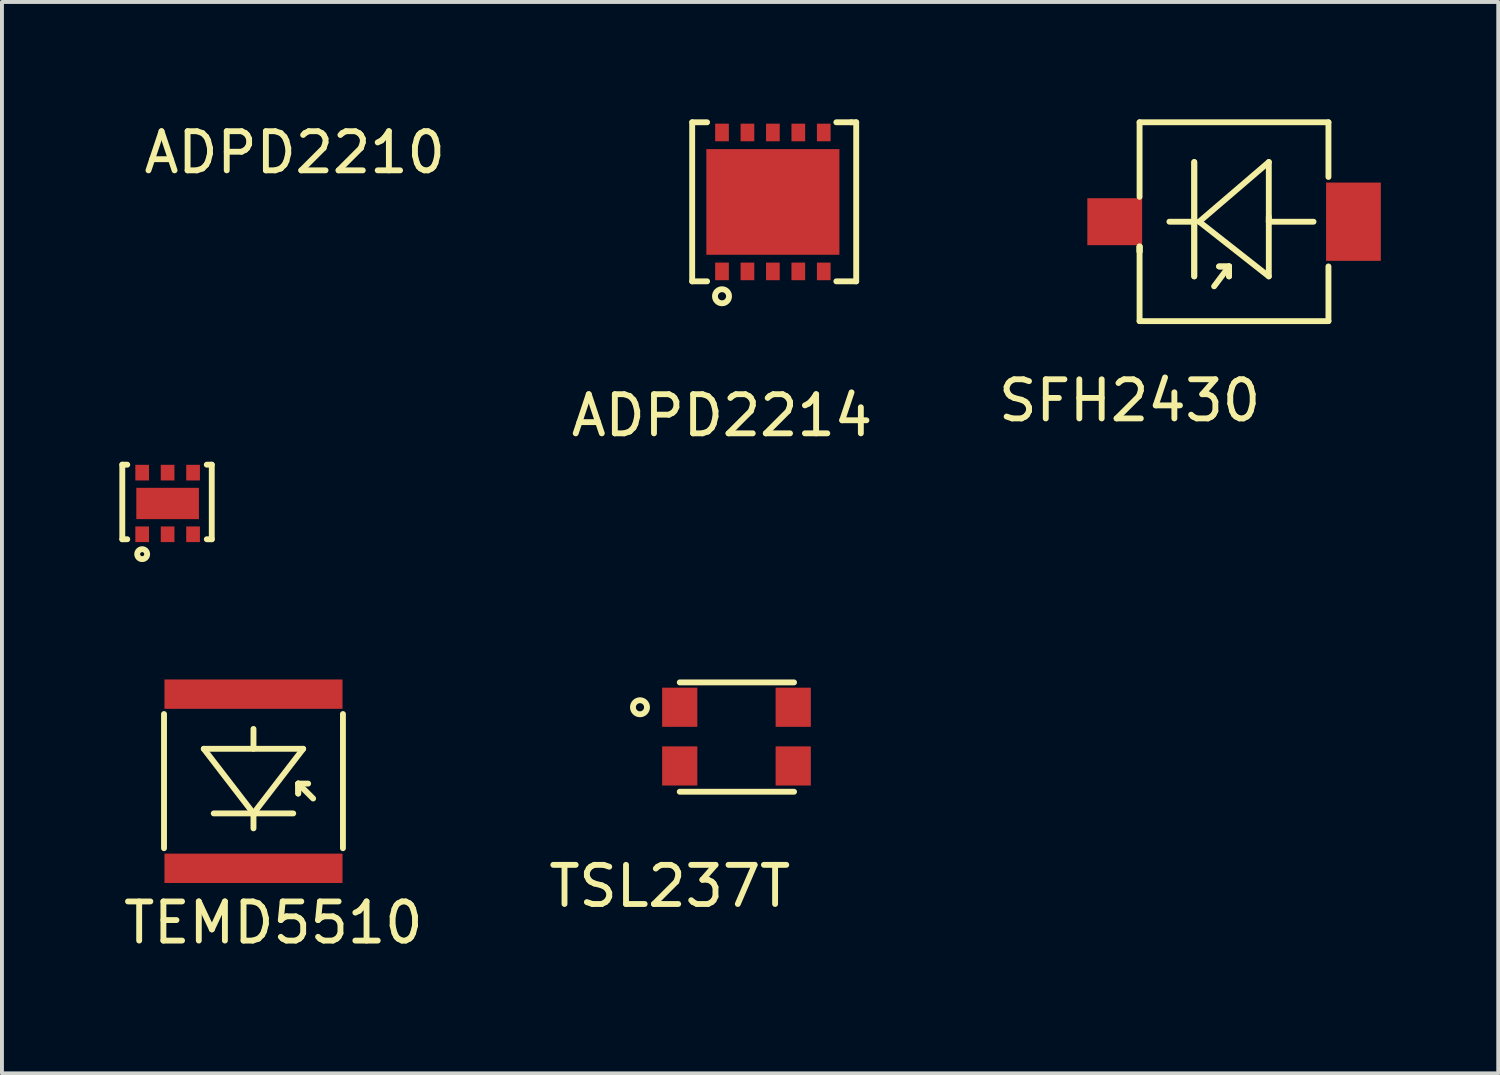
<source format=kicad_pcb>
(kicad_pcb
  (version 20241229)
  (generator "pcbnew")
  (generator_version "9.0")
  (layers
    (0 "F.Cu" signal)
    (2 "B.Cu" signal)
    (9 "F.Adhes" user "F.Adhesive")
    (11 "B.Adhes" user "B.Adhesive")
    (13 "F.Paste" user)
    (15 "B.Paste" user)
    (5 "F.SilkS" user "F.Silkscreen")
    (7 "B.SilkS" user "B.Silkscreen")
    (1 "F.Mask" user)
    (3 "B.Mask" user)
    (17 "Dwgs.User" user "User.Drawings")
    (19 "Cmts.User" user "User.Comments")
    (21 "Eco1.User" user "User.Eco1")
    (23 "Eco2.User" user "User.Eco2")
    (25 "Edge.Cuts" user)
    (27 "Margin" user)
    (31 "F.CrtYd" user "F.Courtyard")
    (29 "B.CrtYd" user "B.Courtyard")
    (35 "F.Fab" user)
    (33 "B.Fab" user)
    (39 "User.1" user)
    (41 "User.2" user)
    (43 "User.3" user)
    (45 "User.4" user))
  (footprint "TSL237T"
    (layer "F.Cu")
    (at 14.319 15.022)
    (property "Reference" "TSL237T" (at -0.254 4.572 0) (layer "F.SilkS") (effects (font (size 1 1) (thickness 0.15))))
    (attr through_hole)
    (fp_line (start 0 -0.635) (end 2.921 -0.635) (stroke (width 0.15) (type solid)) (layer "F.SilkS"))
    (fp_line (start 0 2.159) (end 2.921 2.159) (stroke (width 0.15) (type solid)) (layer "F.SilkS"))
    (fp_circle (center -1.016 0) (end -0.889 0.127) (stroke (width 0.15) (type solid)) (fill no) (layer "F.SilkS"))
    (pad "1" smd rect (at 0 0) (size 0.9 1) (layers "F.Cu" "F.Mask" "F.Paste"))
    (pad "2" smd rect (at 0 1.5) (size 0.9 1) (layers "F.Cu" "F.Mask" "F.Paste"))
    (pad "3" smd rect (at 2.9 1.5) (size 0.9 1) (layers "F.Cu" "F.Mask" "F.Paste"))
    (pad "4" smd rect (at 2.9 0) (size 0.9 1) (layers "F.Cu" "F.Mask" "F.Paste")))
  (footprint "ADPD2214"
    (layer "F.Cu")
    (at 15.399 3.885)
    (property "Reference" "ADPD2214" (at 0 3.683 0) (layer "F.SilkS") (effects (font (size 1 1) (thickness 0.15))))
    (attr through_hole)
    (fp_line (start -0.762 -3.81) (end -0.762 0.254) (stroke (width 0.15) (type solid)) (layer "F.SilkS"))
    (fp_line (start -0.762 0.254) (end -0.381 0.254) (stroke (width 0.15) (type solid)) (layer "F.SilkS"))
    (fp_line (start -0.381 -3.81) (end -0.762 -3.81) (stroke (width 0.15) (type solid)) (layer "F.SilkS"))
    (fp_line (start 2.921 -3.81) (end 3.302 -3.81) (stroke (width 0.15) (type solid)) (layer "F.SilkS"))
    (fp_line (start 3.302 -3.81) (end 3.429 -3.81) (stroke (width 0.15) (type solid)) (layer "F.SilkS"))
    (fp_line (start 3.429 -3.81) (end 3.429 0.254) (stroke (width 0.15) (type solid)) (layer "F.SilkS"))
    (fp_line (start 3.429 0.254) (end 2.921 0.254) (stroke (width 0.15) (type solid)) (layer "F.SilkS"))
    (fp_circle (center 0 0.635) (end 0.127 0.762) (stroke (width 0.15) (type solid)) (fill no) (layer "F.SilkS"))
    (pad "1" smd rect (at 0 0) (size 0.35 0.45) (layers "F.Cu" "F.Mask" "F.Paste"))
    (pad "2" smd rect (at 0.65 0) (size 0.35 0.45) (layers "F.Cu" "F.Mask" "F.Paste"))
    (pad "3" smd rect (at 1.3 0) (size 0.35 0.45) (layers "F.Cu" "F.Mask" "F.Paste"))
    (pad "4" smd rect (at 1.95 0) (size 0.35 0.45) (layers "F.Cu" "F.Mask" "F.Paste"))
    (pad "5" smd rect (at 2.6 0) (size 0.35 0.45) (layers "F.Cu" "F.Mask" "F.Paste"))
    (pad "6" smd rect (at 2.6 -3.55) (size 0.35 0.45) (layers "F.Cu" "F.Mask" "F.Paste"))
    (pad "7" smd rect (at 1.95 -3.55) (size 0.35 0.45) (layers "F.Cu" "F.Mask" "F.Paste"))
    (pad "8" smd rect (at 1.3 -3.55) (size 0.35 0.45) (layers "F.Cu" "F.Mask" "F.Paste"))
    (pad "9" smd rect (at 0.65 -3.55) (size 0.35 0.45) (layers "F.Cu" "F.Mask" "F.Paste"))
    (pad "10" smd rect (at 0 -3.55) (size 0.35 0.45) (layers "F.Cu" "F.Mask" "F.Paste"))
    (pad "~" smd rect (at 1.3 -1.775) (size 3.4 2.7) (layers "F.Cu" "F.Mask" "F.Paste")))
  (footprint "SFH2430"
    (layer "F.Cu")
    (at 25.434 2.615)
    (property "Reference" "SFH2430" (at 0.381 4.572 0) (layer "F.SilkS") (effects (font (size 1 1) (thickness 0.15))))
    (attr through_hole)
    (fp_line (start 0.635 -2.54) (end 5.461 -2.54) (stroke (width 0.15) (type solid)) (layer "F.SilkS"))
    (fp_line (start 0.635 -0.635) (end 0.635 -2.54) (stroke (width 0.15) (type solid)) (layer "F.SilkS"))
    (fp_line (start 0.635 0.635) (end 0.635 0.762) (stroke (width 0.15) (type solid)) (layer "F.SilkS"))
    (fp_line (start 0.635 0.762) (end 0.635 0.635) (stroke (width 0.15) (type solid)) (layer "F.SilkS"))
    (fp_line (start 0.635 2.54) (end 0.635 0.635) (stroke (width 0.15) (type solid)) (layer "F.SilkS"))
    (fp_line (start 2.032 -1.524) (end 2.032 1.397) (stroke (width 0.15) (type solid)) (layer "F.SilkS"))
    (fp_line (start 2.032 0) (end 1.397 0) (stroke (width 0.15) (type solid)) (layer "F.SilkS"))
    (fp_line (start 2.032 0) (end 2.032 -1.524) (stroke (width 0.15) (type solid)) (layer "F.SilkS"))
    (fp_line (start 2.032 1.397) (end 2.032 0) (stroke (width 0.15) (type solid)) (layer "F.SilkS"))
    (fp_line (start 2.159 0) (end 3.937 1.397) (stroke (width 0.15) (type solid)) (layer "F.SilkS"))
    (fp_line (start 2.54 1.651) (end 2.921 1.143) (stroke (width 0.15) (type solid)) (layer "F.SilkS"))
    (fp_line (start 2.667 1.143) (end 2.921 1.143) (stroke (width 0.15) (type solid)) (layer "F.SilkS"))
    (fp_line (start 2.921 1.143) (end 2.667 1.143) (stroke (width 0.15) (type solid)) (layer "F.SilkS"))
    (fp_line (start 2.921 1.143) (end 2.921 1.397) (stroke (width 0.15) (type solid)) (layer "F.SilkS"))
    (fp_line (start 2.921 1.397) (end 2.921 1.143) (stroke (width 0.15) (type solid)) (layer "F.SilkS"))
    (fp_line (start 3.937 -1.524) (end 2.159 0) (stroke (width 0.15) (type solid)) (layer "F.SilkS"))
    (fp_line (start 3.937 0) (end 3.937 -1.524) (stroke (width 0.15) (type solid)) (layer "F.SilkS"))
    (fp_line (start 3.937 0) (end 3.937 -0.127) (stroke (width 0.15) (type solid)) (layer "F.SilkS"))
    (fp_line (start 3.937 1.397) (end 3.937 0) (stroke (width 0.15) (type solid)) (layer "F.SilkS"))
    (fp_line (start 5.08 0) (end 3.937 0) (stroke (width 0.15) (type solid)) (layer "F.SilkS"))
    (fp_line (start 5.461 -2.54) (end 5.461 -1.143) (stroke (width 0.15) (type solid)) (layer "F.SilkS"))
    (fp_line (start 5.461 1.143) (end 5.461 2.54) (stroke (width 0.15) (type solid)) (layer "F.SilkS"))
    (fp_line (start 5.461 2.54) (end 0.635 2.54) (stroke (width 0.15) (type solid)) (layer "F.SilkS"))
    (pad "1" smd rect (at 0 0) (size 1.4 1.2) (layers "F.Cu" "F.Mask" "F.Paste"))
    (pad "2" smd rect (at 6.1 0) (size 1.4 2) (layers "F.Cu" "F.Mask" "F.Paste")))
  (footprint "TEMD5510"
    (layer "F.Cu")
    (at 3.427 14.687)
    (property "Reference" "TEMD5510" (at 0.508 5.842 0) (layer "F.SilkS") (effects (font (size 1 1) (thickness 0.15))))
    (attr through_hole)
    (fp_line (start -2.286 0.508) (end -2.286 3.937) (stroke (width 0.15) (type solid)) (layer "F.SilkS"))
    (fp_line (start -1.27 1.397) (end 1.27 1.397) (stroke (width 0.15) (type solid)) (layer "F.SilkS"))
    (fp_line (start -1.016 3.048) (end 1.016 3.048) (stroke (width 0.15) (type solid)) (layer "F.SilkS"))
    (fp_line (start 0 0.889) (end 0 1.397) (stroke (width 0.15) (type solid)) (layer "F.SilkS"))
    (fp_line (start 0 3.048) (end -1.27 1.397) (stroke (width 0.15) (type solid)) (layer "F.SilkS"))
    (fp_line (start 0 3.048) (end 0 3.429) (stroke (width 0.15) (type solid)) (layer "F.SilkS"))
    (fp_line (start 1.143 2.286) (end 1.143 2.54) (stroke (width 0.15) (type solid)) (layer "F.SilkS"))
    (fp_line (start 1.143 2.286) (end 1.397 2.286) (stroke (width 0.15) (type solid)) (layer "F.SilkS"))
    (fp_line (start 1.143 2.54) (end 1.143 2.286) (stroke (width 0.15) (type solid)) (layer "F.SilkS"))
    (fp_line (start 1.27 1.397) (end 0 3.048) (stroke (width 0.15) (type solid)) (layer "F.SilkS"))
    (fp_line (start 1.524 2.667) (end 1.143 2.286) (stroke (width 0.15) (type solid)) (layer "F.SilkS"))
    (fp_line (start 2.286 0.508) (end 2.286 3.937) (stroke (width 0.15) (type solid)) (layer "F.SilkS"))
    (pad "1" smd rect (at 0 4.45) (size 4.55 0.75) (layers "F.Cu" "F.Mask" "F.Paste"))
    (pad "2" smd rect (at 0 0) (size 4.55 0.75) (layers "F.Cu" "F.Mask" "F.Paste")))
  (footprint "ADPD2210"
    (layer "F.Cu")
    (at 0.583 10.602)
    (property "Reference" "ADPD2210" (at 3.899 -9.754 0) (layer "F.SilkS") (effects (font (size 1 1) (thickness 0.15))))
    (attr through_hole)
    (fp_line (start -0.508 -1.778) (end -0.508 0.127) (stroke (width 0.15) (type solid)) (layer "F.SilkS"))
    (fp_line (start -0.508 0.127) (end -0.381 0.127) (stroke (width 0.15) (type solid)) (layer "F.SilkS"))
    (fp_line (start -0.381 -1.778) (end -0.508 -1.778) (stroke (width 0.15) (type solid)) (layer "F.SilkS"))
    (fp_line (start 1.651 -1.778) (end 1.778 -1.778) (stroke (width 0.15) (type solid)) (layer "F.SilkS"))
    (fp_line (start 1.778 -1.778) (end 1.778 0.127) (stroke (width 0.15) (type solid)) (layer "F.SilkS"))
    (fp_line (start 1.778 0.127) (end 1.651 0.127) (stroke (width 0.15) (type solid)) (layer "F.SilkS"))
    (fp_circle (center 0 0.508) (end 0 0.635) (stroke (width 0.15) (type solid)) (fill no) (layer "F.SilkS"))
    (pad "1" smd rect (at 0 0) (size 0.35 0.4) (layers "F.Cu" "F.Mask" "F.Paste"))
    (pad "2" smd rect (at 0.65 0) (size 0.35 0.4) (layers "F.Cu" "F.Mask" "F.Paste"))
    (pad "3" smd rect (at 0.65 -0.787) (size 1.6 0.8) (layers "F.Cu" "F.Mask" "F.Paste"))
    (pad "3" smd rect (at 1.3 0) (size 0.35 0.4) (layers "F.Cu" "F.Mask" "F.Paste"))
    (pad "4" smd rect (at 1.3 -1.575) (size 0.35 0.4) (layers "F.Cu" "F.Mask" "F.Paste"))
    (pad "5" smd rect (at 0.65 -1.575) (size 0.35 0.4) (layers "F.Cu" "F.Mask" "F.Paste"))
    (pad "6" smd rect (at 0 -1.575) (size 0.35 0.4) (layers "F.Cu" "F.Mask" "F.Paste")))
  (gr_rect
    (start -3 -3)
    (end 35.234 24.377)
    (stroke (width 0.1) (type default))
    (fill no)
    (layer "Edge.Cuts")))
</source>
